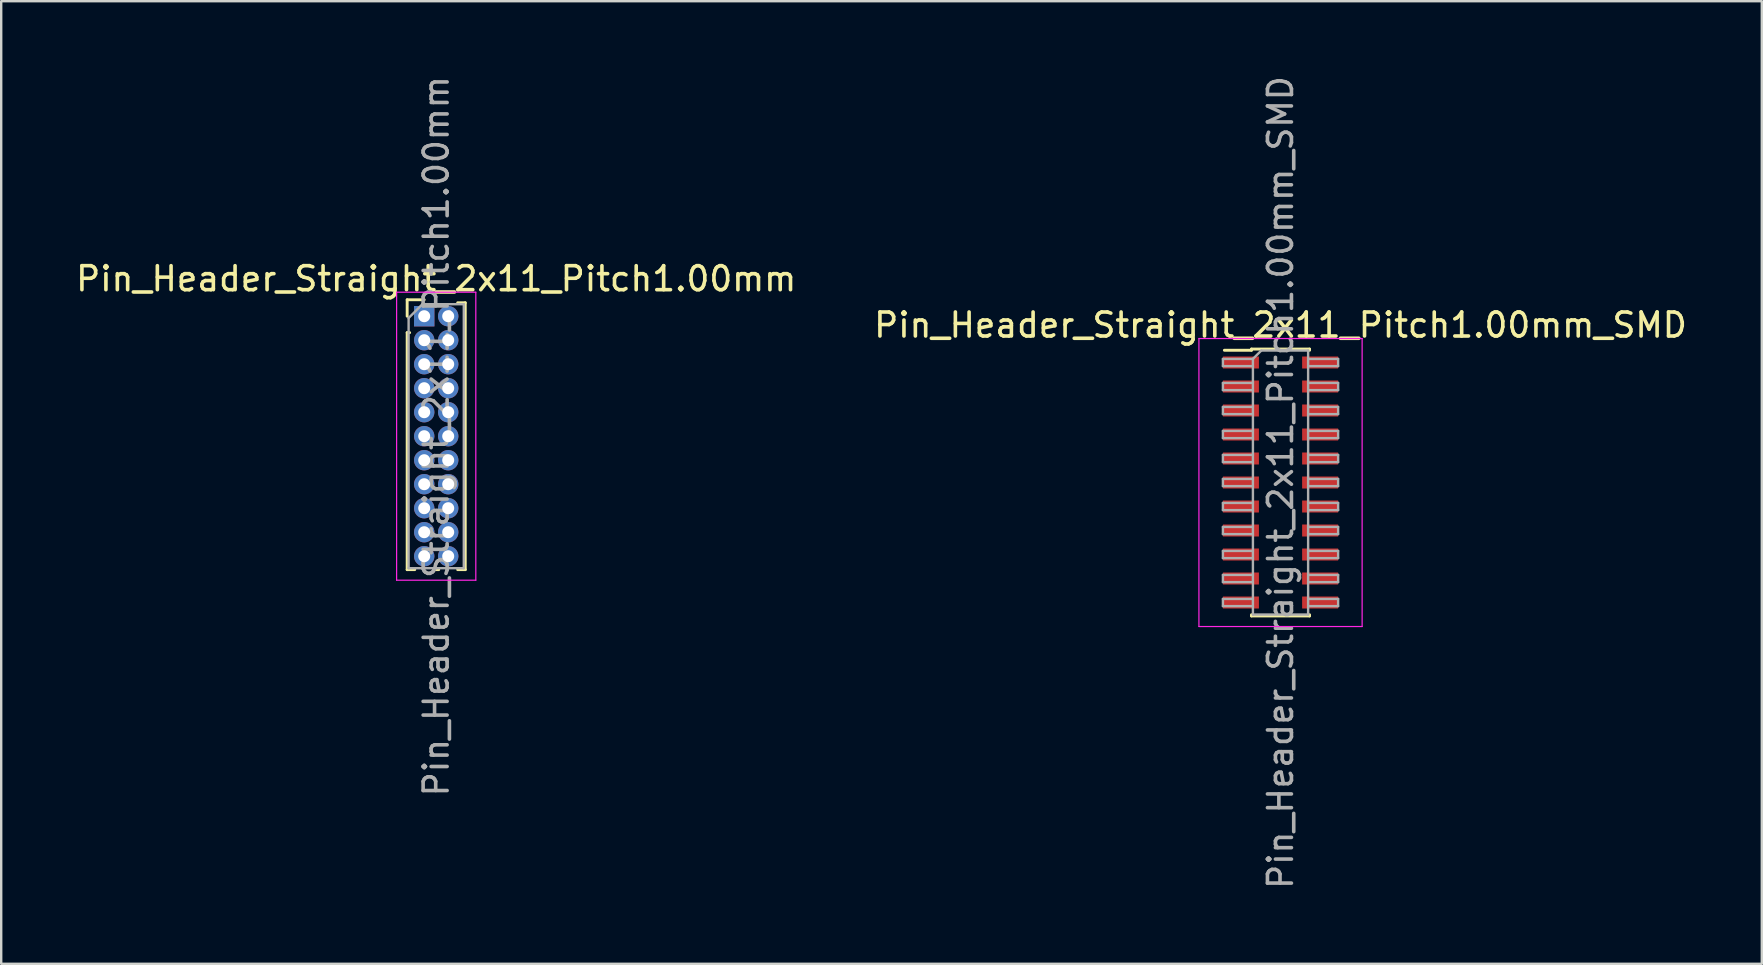
<source format=kicad_pcb>
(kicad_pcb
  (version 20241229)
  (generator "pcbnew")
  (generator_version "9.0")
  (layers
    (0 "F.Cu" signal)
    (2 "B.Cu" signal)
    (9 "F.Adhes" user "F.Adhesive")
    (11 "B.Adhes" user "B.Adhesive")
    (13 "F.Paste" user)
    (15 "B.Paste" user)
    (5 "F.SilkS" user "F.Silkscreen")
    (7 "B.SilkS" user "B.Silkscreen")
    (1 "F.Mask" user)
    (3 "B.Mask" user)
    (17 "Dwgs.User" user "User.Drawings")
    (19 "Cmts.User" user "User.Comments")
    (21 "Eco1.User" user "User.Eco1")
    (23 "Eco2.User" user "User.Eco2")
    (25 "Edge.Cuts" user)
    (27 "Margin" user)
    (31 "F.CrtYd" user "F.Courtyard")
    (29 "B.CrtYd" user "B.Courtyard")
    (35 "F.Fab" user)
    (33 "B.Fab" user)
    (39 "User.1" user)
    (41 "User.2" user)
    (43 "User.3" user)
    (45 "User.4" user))
  (footprint "Pin_Header_Straight_2x11_Pitch1.00mm_SMD"
    (layer "F.Cu")
    (at 50.304 17.054)
    (property "Reference" "Pin_Header_Straight_2x11_Pitch1.00mm_SMD" (at 0 -6.56 0) (layer "F.SilkS") (effects (font (size 1 1) (thickness 0.15))))
    (attr smd)
    (fp_line (start -2.34 -5.51) (end -1.21 -5.51) (stroke (width 0.12) (type solid)) (layer "F.SilkS"))
    (fp_line (start -1.21 -5.56) (end -1.21 -5.51) (stroke (width 0.12) (type solid)) (layer "F.SilkS"))
    (fp_line (start -1.21 -5.56) (end 1.21 -5.56) (stroke (width 0.12) (type solid)) (layer "F.SilkS"))
    (fp_line (start -1.21 5.51) (end -1.21 5.56) (stroke (width 0.12) (type solid)) (layer "F.SilkS"))
    (fp_line (start -1.21 5.56) (end 1.21 5.56) (stroke (width 0.12) (type solid)) (layer "F.SilkS"))
    (fp_line (start 1.21 -5.56) (end 1.21 -5.51) (stroke (width 0.12) (type solid)) (layer "F.SilkS"))
    (fp_line (start 1.21 5.51) (end 1.21 5.56) (stroke (width 0.12) (type solid)) (layer "F.SilkS"))
    (fp_line (start -3.4 -6) (end -3.4 6) (stroke (width 0.05) (type solid)) (layer "F.CrtYd"))
    (fp_line (start -3.4 6) (end 3.4 6) (stroke (width 0.05) (type solid)) (layer "F.CrtYd"))
    (fp_line (start 3.4 -6) (end -3.4 -6) (stroke (width 0.05) (type solid)) (layer "F.CrtYd"))
    (fp_line (start 3.4 6) (end 3.4 -6) (stroke (width 0.05) (type solid)) (layer "F.CrtYd"))
    (fp_line (start -2.4 -5.15) (end -2.4 -4.85) (stroke (width 0.1) (type solid)) (layer "F.Fab"))
    (fp_line (start -2.4 -4.85) (end -1.15 -4.85) (stroke (width 0.1) (type solid)) (layer "F.Fab"))
    (fp_line (start -2.4 -4.15) (end -2.4 -3.85) (stroke (width 0.1) (type solid)) (layer "F.Fab"))
    (fp_line (start -2.4 -3.85) (end -1.15 -3.85) (stroke (width 0.1) (type solid)) (layer "F.Fab"))
    (fp_line (start -2.4 -3.15) (end -2.4 -2.85) (stroke (width 0.1) (type solid)) (layer "F.Fab"))
    (fp_line (start -2.4 -2.85) (end -1.15 -2.85) (stroke (width 0.1) (type solid)) (layer "F.Fab"))
    (fp_line (start -2.4 -2.15) (end -2.4 -1.85) (stroke (width 0.1) (type solid)) (layer "F.Fab"))
    (fp_line (start -2.4 -1.85) (end -1.15 -1.85) (stroke (width 0.1) (type solid)) (layer "F.Fab"))
    (fp_line (start -2.4 -1.15) (end -2.4 -0.85) (stroke (width 0.1) (type solid)) (layer "F.Fab"))
    (fp_line (start -2.4 -0.85) (end -1.15 -0.85) (stroke (width 0.1) (type solid)) (layer "F.Fab"))
    (fp_line (start -2.4 -0.15) (end -2.4 0.15) (stroke (width 0.1) (type solid)) (layer "F.Fab"))
    (fp_line (start -2.4 0.15) (end -1.15 0.15) (stroke (width 0.1) (type solid)) (layer "F.Fab"))
    (fp_line (start -2.4 0.85) (end -2.4 1.15) (stroke (width 0.1) (type solid)) (layer "F.Fab"))
    (fp_line (start -2.4 1.15) (end -1.15 1.15) (stroke (width 0.1) (type solid)) (layer "F.Fab"))
    (fp_line (start -2.4 1.85) (end -2.4 2.15) (stroke (width 0.1) (type solid)) (layer "F.Fab"))
    (fp_line (start -2.4 2.15) (end -1.15 2.15) (stroke (width 0.1) (type solid)) (layer "F.Fab"))
    (fp_line (start -2.4 2.85) (end -2.4 3.15) (stroke (width 0.1) (type solid)) (layer "F.Fab"))
    (fp_line (start -2.4 3.15) (end -1.15 3.15) (stroke (width 0.1) (type solid)) (layer "F.Fab"))
    (fp_line (start -2.4 3.85) (end -2.4 4.15) (stroke (width 0.1) (type solid)) (layer "F.Fab"))
    (fp_line (start -2.4 4.15) (end -1.15 4.15) (stroke (width 0.1) (type solid)) (layer "F.Fab"))
    (fp_line (start -2.4 4.85) (end -2.4 5.15) (stroke (width 0.1) (type solid)) (layer "F.Fab"))
    (fp_line (start -2.4 5.15) (end -1.15 5.15) (stroke (width 0.1) (type solid)) (layer "F.Fab"))
    (fp_line (start -1.15 -5.15) (end -2.4 -5.15) (stroke (width 0.1) (type solid)) (layer "F.Fab"))
    (fp_line (start -1.15 -5.15) (end -0.8 -5.5) (stroke (width 0.1) (type solid)) (layer "F.Fab"))
    (fp_line (start -1.15 -4.15) (end -2.4 -4.15) (stroke (width 0.1) (type solid)) (layer "F.Fab"))
    (fp_line (start -1.15 -3.15) (end -2.4 -3.15) (stroke (width 0.1) (type solid)) (layer "F.Fab"))
    (fp_line (start -1.15 -2.15) (end -2.4 -2.15) (stroke (width 0.1) (type solid)) (layer "F.Fab"))
    (fp_line (start -1.15 -1.15) (end -2.4 -1.15) (stroke (width 0.1) (type solid)) (layer "F.Fab"))
    (fp_line (start -1.15 -0.15) (end -2.4 -0.15) (stroke (width 0.1) (type solid)) (layer "F.Fab"))
    (fp_line (start -1.15 0.85) (end -2.4 0.85) (stroke (width 0.1) (type solid)) (layer "F.Fab"))
    (fp_line (start -1.15 1.85) (end -2.4 1.85) (stroke (width 0.1) (type solid)) (layer "F.Fab"))
    (fp_line (start -1.15 2.85) (end -2.4 2.85) (stroke (width 0.1) (type solid)) (layer "F.Fab"))
    (fp_line (start -1.15 3.85) (end -2.4 3.85) (stroke (width 0.1) (type solid)) (layer "F.Fab"))
    (fp_line (start -1.15 4.85) (end -2.4 4.85) (stroke (width 0.1) (type solid)) (layer "F.Fab"))
    (fp_line (start -1.15 5.5) (end -1.15 -5.15) (stroke (width 0.1) (type solid)) (layer "F.Fab"))
    (fp_line (start -0.8 -5.5) (end 1.15 -5.5) (stroke (width 0.1) (type solid)) (layer "F.Fab"))
    (fp_line (start 1.15 -5.5) (end 1.15 5.5) (stroke (width 0.1) (type solid)) (layer "F.Fab"))
    (fp_line (start 1.15 -5.15) (end 2.4 -5.15) (stroke (width 0.1) (type solid)) (layer "F.Fab"))
    (fp_line (start 1.15 -4.15) (end 2.4 -4.15) (stroke (width 0.1) (type solid)) (layer "F.Fab"))
    (fp_line (start 1.15 -3.15) (end 2.4 -3.15) (stroke (width 0.1) (type solid)) (layer "F.Fab"))
    (fp_line (start 1.15 -2.15) (end 2.4 -2.15) (stroke (width 0.1) (type solid)) (layer "F.Fab"))
    (fp_line (start 1.15 -1.15) (end 2.4 -1.15) (stroke (width 0.1) (type solid)) (layer "F.Fab"))
    (fp_line (start 1.15 -0.15) (end 2.4 -0.15) (stroke (width 0.1) (type solid)) (layer "F.Fab"))
    (fp_line (start 1.15 0.85) (end 2.4 0.85) (stroke (width 0.1) (type solid)) (layer "F.Fab"))
    (fp_line (start 1.15 1.85) (end 2.4 1.85) (stroke (width 0.1) (type solid)) (layer "F.Fab"))
    (fp_line (start 1.15 2.85) (end 2.4 2.85) (stroke (width 0.1) (type solid)) (layer "F.Fab"))
    (fp_line (start 1.15 3.85) (end 2.4 3.85) (stroke (width 0.1) (type solid)) (layer "F.Fab"))
    (fp_line (start 1.15 4.85) (end 2.4 4.85) (stroke (width 0.1) (type solid)) (layer "F.Fab"))
    (fp_line (start 1.15 5.5) (end -1.15 5.5) (stroke (width 0.1) (type solid)) (layer "F.Fab"))
    (fp_line (start 2.4 -5.15) (end 2.4 -4.85) (stroke (width 0.1) (type solid)) (layer "F.Fab"))
    (fp_line (start 2.4 -4.85) (end 1.15 -4.85) (stroke (width 0.1) (type solid)) (layer "F.Fab"))
    (fp_line (start 2.4 -4.15) (end 2.4 -3.85) (stroke (width 0.1) (type solid)) (layer "F.Fab"))
    (fp_line (start 2.4 -3.85) (end 1.15 -3.85) (stroke (width 0.1) (type solid)) (layer "F.Fab"))
    (fp_line (start 2.4 -3.15) (end 2.4 -2.85) (stroke (width 0.1) (type solid)) (layer "F.Fab"))
    (fp_line (start 2.4 -2.85) (end 1.15 -2.85) (stroke (width 0.1) (type solid)) (layer "F.Fab"))
    (fp_line (start 2.4 -2.15) (end 2.4 -1.85) (stroke (width 0.1) (type solid)) (layer "F.Fab"))
    (fp_line (start 2.4 -1.85) (end 1.15 -1.85) (stroke (width 0.1) (type solid)) (layer "F.Fab"))
    (fp_line (start 2.4 -1.15) (end 2.4 -0.85) (stroke (width 0.1) (type solid)) (layer "F.Fab"))
    (fp_line (start 2.4 -0.85) (end 1.15 -0.85) (stroke (width 0.1) (type solid)) (layer "F.Fab"))
    (fp_line (start 2.4 -0.15) (end 2.4 0.15) (stroke (width 0.1) (type solid)) (layer "F.Fab"))
    (fp_line (start 2.4 0.15) (end 1.15 0.15) (stroke (width 0.1) (type solid)) (layer "F.Fab"))
    (fp_line (start 2.4 0.85) (end 2.4 1.15) (stroke (width 0.1) (type solid)) (layer "F.Fab"))
    (fp_line (start 2.4 1.15) (end 1.15 1.15) (stroke (width 0.1) (type solid)) (layer "F.Fab"))
    (fp_line (start 2.4 1.85) (end 2.4 2.15) (stroke (width 0.1) (type solid)) (layer "F.Fab"))
    (fp_line (start 2.4 2.15) (end 1.15 2.15) (stroke (width 0.1) (type solid)) (layer "F.Fab"))
    (fp_line (start 2.4 2.85) (end 2.4 3.15) (stroke (width 0.1) (type solid)) (layer "F.Fab"))
    (fp_line (start 2.4 3.15) (end 1.15 3.15) (stroke (width 0.1) (type solid)) (layer "F.Fab"))
    (fp_line (start 2.4 3.85) (end 2.4 4.15) (stroke (width 0.1) (type solid)) (layer "F.Fab"))
    (fp_line (start 2.4 4.15) (end 1.15 4.15) (stroke (width 0.1) (type solid)) (layer "F.Fab"))
    (fp_line (start 2.4 4.85) (end 2.4 5.15) (stroke (width 0.1) (type solid)) (layer "F.Fab"))
    (fp_line (start 2.4 5.15) (end 1.15 5.15) (stroke (width 0.1) (type solid)) (layer "F.Fab"))
    (fp_text user "${REFERENCE}" (at 0 0 90) (layer "F.Fab") (effects (font (size 1 1) (thickness 0.15))))
    (pad "1" smd rect (at -1.65 -5) (size 1.5 0.5) (layers "F.Cu" "F.Mask" "F.Paste"))
    (pad "2" smd rect (at 1.65 -5) (size 1.5 0.5) (layers "F.Cu" "F.Mask" "F.Paste"))
    (pad "3" smd rect (at -1.65 -4) (size 1.5 0.5) (layers "F.Cu" "F.Mask" "F.Paste"))
    (pad "4" smd rect (at 1.65 -4) (size 1.5 0.5) (layers "F.Cu" "F.Mask" "F.Paste"))
    (pad "5" smd rect (at -1.65 -3) (size 1.5 0.5) (layers "F.Cu" "F.Mask" "F.Paste"))
    (pad "6" smd rect (at 1.65 -3) (size 1.5 0.5) (layers "F.Cu" "F.Mask" "F.Paste"))
    (pad "7" smd rect (at -1.65 -2) (size 1.5 0.5) (layers "F.Cu" "F.Mask" "F.Paste"))
    (pad "8" smd rect (at 1.65 -2) (size 1.5 0.5) (layers "F.Cu" "F.Mask" "F.Paste"))
    (pad "9" smd rect (at -1.65 -1) (size 1.5 0.5) (layers "F.Cu" "F.Mask" "F.Paste"))
    (pad "10" smd rect (at 1.65 -1) (size 1.5 0.5) (layers "F.Cu" "F.Mask" "F.Paste"))
    (pad "11" smd rect (at -1.65 0) (size 1.5 0.5) (layers "F.Cu" "F.Mask" "F.Paste"))
    (pad "12" smd rect (at 1.65 0) (size 1.5 0.5) (layers "F.Cu" "F.Mask" "F.Paste"))
    (pad "13" smd rect (at -1.65 1) (size 1.5 0.5) (layers "F.Cu" "F.Mask" "F.Paste"))
    (pad "14" smd rect (at 1.65 1) (size 1.5 0.5) (layers "F.Cu" "F.Mask" "F.Paste"))
    (pad "15" smd rect (at -1.65 2) (size 1.5 0.5) (layers "F.Cu" "F.Mask" "F.Paste"))
    (pad "16" smd rect (at 1.65 2) (size 1.5 0.5) (layers "F.Cu" "F.Mask" "F.Paste"))
    (pad "17" smd rect (at -1.65 3) (size 1.5 0.5) (layers "F.Cu" "F.Mask" "F.Paste"))
    (pad "18" smd rect (at 1.65 3) (size 1.5 0.5) (layers "F.Cu" "F.Mask" "F.Paste"))
    (pad "19" smd rect (at -1.65 4) (size 1.5 0.5) (layers "F.Cu" "F.Mask" "F.Paste"))
    (pad "20" smd rect (at 1.65 4) (size 1.5 0.5) (layers "F.Cu" "F.Mask" "F.Paste"))
    (pad "21" smd rect (at -1.65 5) (size 1.5 0.5) (layers "F.Cu" "F.Mask" "F.Paste"))
    (pad "22" smd rect (at 1.65 5) (size 1.5 0.5) (layers "F.Cu" "F.Mask" "F.Paste")))
  (footprint "Pin_Header_Straight_2x11_Pitch1.00mm"
    (layer "F.Cu")
    (at 14.625 10.125)
    (property "Reference" "Pin_Header_Straight_2x11_Pitch1.00mm" (at 0.5 -1.56 0) (layer "F.SilkS") (effects (font (size 1 1) (thickness 0.15))))
    (attr through_hole)
    (fp_line (start -0.71 -0.685) (end 0 -0.685) (stroke (width 0.12) (type solid)) (layer "F.SilkS"))
    (fp_line (start -0.71 0) (end -0.71 -0.685) (stroke (width 0.12) (type solid)) (layer "F.SilkS"))
    (fp_line (start -0.71 0.685) (end -0.71 10.56) (stroke (width 0.12) (type solid)) (layer "F.SilkS"))
    (fp_line (start -0.71 0.685) (end -0.608 0.685) (stroke (width 0.12) (type solid)) (layer "F.SilkS"))
    (fp_line (start -0.71 10.56) (end -0.394 10.56) (stroke (width 0.12) (type solid)) (layer "F.SilkS"))
    (fp_line (start 0.394 10.56) (end 0.606 10.56) (stroke (width 0.12) (type solid)) (layer "F.SilkS"))
    (fp_line (start 1.394 -0.56) (end 1.71 -0.56) (stroke (width 0.12) (type solid)) (layer "F.SilkS"))
    (fp_line (start 1.394 10.56) (end 1.71 10.56) (stroke (width 0.12) (type solid)) (layer "F.SilkS"))
    (fp_line (start 1.71 -0.56) (end 1.71 10.56) (stroke (width 0.12) (type solid)) (layer "F.SilkS"))
    (fp_line (start -1.15 -1) (end -1.15 11) (stroke (width 0.05) (type solid)) (layer "F.CrtYd"))
    (fp_line (start -1.15 11) (end 2.15 11) (stroke (width 0.05) (type solid)) (layer "F.CrtYd"))
    (fp_line (start 2.15 -1) (end -1.15 -1) (stroke (width 0.05) (type solid)) (layer "F.CrtYd"))
    (fp_line (start 2.15 11) (end 2.15 -1) (stroke (width 0.05) (type solid)) (layer "F.CrtYd"))
    (fp_line (start -0.65 0.075) (end -0.075 -0.5) (stroke (width 0.1) (type solid)) (layer "F.Fab"))
    (fp_line (start -0.65 10.5) (end -0.65 0.075) (stroke (width 0.1) (type solid)) (layer "F.Fab"))
    (fp_line (start -0.075 -0.5) (end 1.65 -0.5) (stroke (width 0.1) (type solid)) (layer "F.Fab"))
    (fp_line (start 1.65 -0.5) (end 1.65 10.5) (stroke (width 0.1) (type solid)) (layer "F.Fab"))
    (fp_line (start 1.65 10.5) (end -0.65 10.5) (stroke (width 0.1) (type solid)) (layer "F.Fab"))
    (fp_text user "${REFERENCE}" (at 0.5 5 90) (layer "F.Fab") (effects (font (size 1 1) (thickness 0.15))))
    (pad "1" thru_hole rect (at 0 0) (size 0.85 0.85) (drill 0.5) (layers "*.Cu" "*.Mask"))
    (pad "2" thru_hole oval (at 1 0) (size 0.85 0.85) (drill 0.5) (layers "*.Cu" "*.Mask"))
    (pad "3" thru_hole oval (at 0 1) (size 0.85 0.85) (drill 0.5) (layers "*.Cu" "*.Mask"))
    (pad "4" thru_hole oval (at 1 1) (size 0.85 0.85) (drill 0.5) (layers "*.Cu" "*.Mask"))
    (pad "5" thru_hole oval (at 0 2) (size 0.85 0.85) (drill 0.5) (layers "*.Cu" "*.Mask"))
    (pad "6" thru_hole oval (at 1 2) (size 0.85 0.85) (drill 0.5) (layers "*.Cu" "*.Mask"))
    (pad "7" thru_hole oval (at 0 3) (size 0.85 0.85) (drill 0.5) (layers "*.Cu" "*.Mask"))
    (pad "8" thru_hole oval (at 1 3) (size 0.85 0.85) (drill 0.5) (layers "*.Cu" "*.Mask"))
    (pad "9" thru_hole oval (at 0 4) (size 0.85 0.85) (drill 0.5) (layers "*.Cu" "*.Mask"))
    (pad "10" thru_hole oval (at 1 4) (size 0.85 0.85) (drill 0.5) (layers "*.Cu" "*.Mask"))
    (pad "11" thru_hole oval (at 0 5) (size 0.85 0.85) (drill 0.5) (layers "*.Cu" "*.Mask"))
    (pad "12" thru_hole oval (at 1 5) (size 0.85 0.85) (drill 0.5) (layers "*.Cu" "*.Mask"))
    (pad "13" thru_hole oval (at 0 6) (size 0.85 0.85) (drill 0.5) (layers "*.Cu" "*.Mask"))
    (pad "14" thru_hole oval (at 1 6) (size 0.85 0.85) (drill 0.5) (layers "*.Cu" "*.Mask"))
    (pad "15" thru_hole oval (at 0 7) (size 0.85 0.85) (drill 0.5) (layers "*.Cu" "*.Mask"))
    (pad "16" thru_hole oval (at 1 7) (size 0.85 0.85) (drill 0.5) (layers "*.Cu" "*.Mask"))
    (pad "17" thru_hole oval (at 0 8) (size 0.85 0.85) (drill 0.5) (layers "*.Cu" "*.Mask"))
    (pad "18" thru_hole oval (at 1 8) (size 0.85 0.85) (drill 0.5) (layers "*.Cu" "*.Mask"))
    (pad "19" thru_hole oval (at 0 9) (size 0.85 0.85) (drill 0.5) (layers "*.Cu" "*.Mask"))
    (pad "20" thru_hole oval (at 1 9) (size 0.85 0.85) (drill 0.5) (layers "*.Cu" "*.Mask"))
    (pad "21" thru_hole oval (at 0 10) (size 0.85 0.85) (drill 0.5) (layers "*.Cu" "*.Mask"))
    (pad "22" thru_hole oval (at 1 10) (size 0.85 0.85) (drill 0.5) (layers "*.Cu" "*.Mask")))
  (gr_rect
    (start -3 -3)
    (end 70.357 37.107)
    (stroke (width 0.1) (type default))
    (fill no)
    (layer "Edge.Cuts")))
</source>
